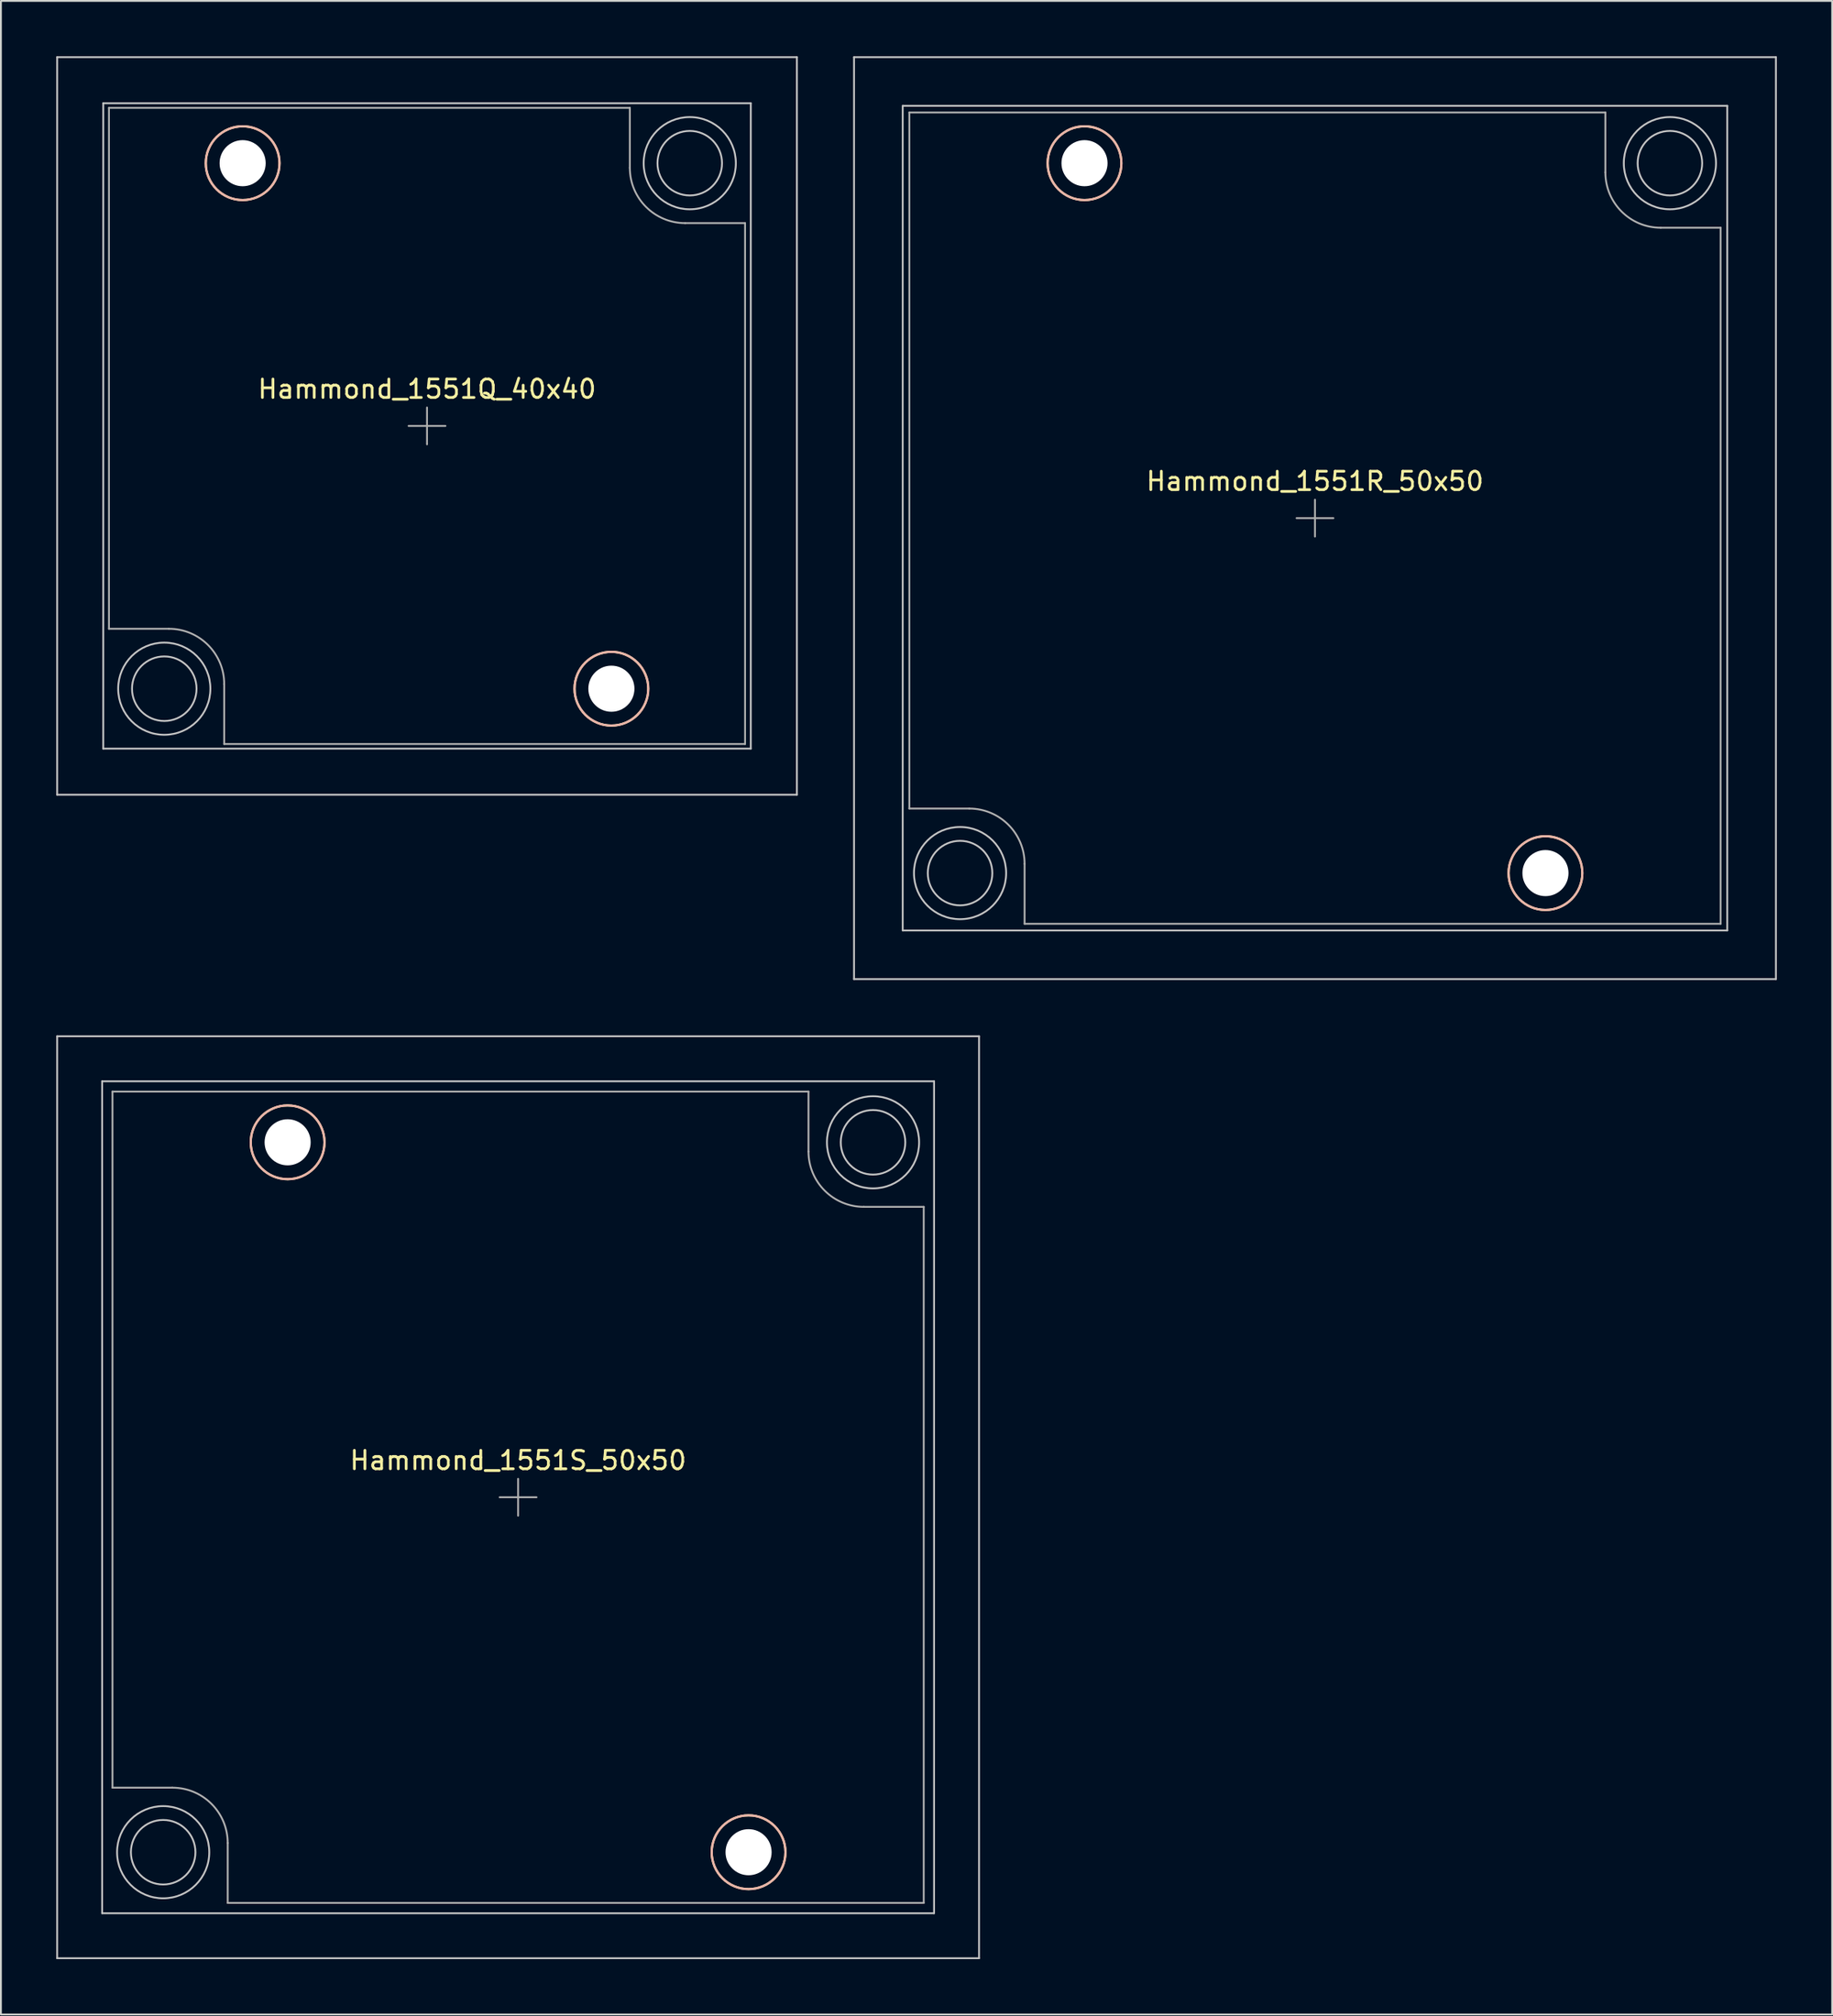
<source format=kicad_pcb>
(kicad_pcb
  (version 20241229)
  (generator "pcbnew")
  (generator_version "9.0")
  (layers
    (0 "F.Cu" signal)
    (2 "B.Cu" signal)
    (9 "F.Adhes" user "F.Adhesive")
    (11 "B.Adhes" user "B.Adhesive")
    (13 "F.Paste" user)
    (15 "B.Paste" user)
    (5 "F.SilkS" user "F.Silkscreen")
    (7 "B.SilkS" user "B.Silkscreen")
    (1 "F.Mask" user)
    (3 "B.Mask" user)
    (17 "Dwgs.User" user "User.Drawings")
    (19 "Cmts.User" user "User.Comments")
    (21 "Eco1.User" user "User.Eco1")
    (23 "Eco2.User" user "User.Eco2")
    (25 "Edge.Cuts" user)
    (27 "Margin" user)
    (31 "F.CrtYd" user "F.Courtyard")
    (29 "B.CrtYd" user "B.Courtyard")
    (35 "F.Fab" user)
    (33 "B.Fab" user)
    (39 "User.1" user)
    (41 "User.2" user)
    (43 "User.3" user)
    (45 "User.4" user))
  (footprint "Hammond_1551Q_40x40"
    (layer "F.Cu")
    (at 20.11 20.05)
    (property "Reference" "Hammond_1551Q_40x40" (at 0 -2 0) (layer "F.SilkS") (effects (font (size 1 1) (thickness 0.15))))
    (attr exclude_from_pos_files exclude_from_bom)
    (fp_circle (center -10 -14.25) (end -8 -14.25) (stroke (width 0.12) (type solid)) (fill no) (layer "F.SilkS"))
    (fp_circle (center 10 14.25) (end 12 14.25) (stroke (width 0.12) (type solid)) (fill no) (layer "F.SilkS"))
    (fp_circle (center -10 -14.25) (end -8 -14.25) (stroke (width 0.12) (type solid)) (fill no) (layer "B.SilkS"))
    (fp_circle (center 10 14.25) (end 12 14.25) (stroke (width 0.12) (type solid)) (fill no) (layer "B.SilkS"))
    (fp_line (start -20.06 -20) (end -20.06 20) (stroke (width 0.1) (type solid)) (layer "Dwgs.User"))
    (fp_line (start -20.06 20) (end 20.06 20) (stroke (width 0.1) (type solid)) (layer "Dwgs.User"))
    (fp_line (start -17.56 -17.5) (end -17.56 17.5) (stroke (width 0.1) (type solid)) (layer "Dwgs.User"))
    (fp_line (start -17.56 17.5) (end 17.56 17.5) (stroke (width 0.1) (type solid)) (layer "Dwgs.User"))
    (fp_line (start 17.56 -17.5) (end -17.56 -17.5) (stroke (width 0.1) (type solid)) (layer "Dwgs.User"))
    (fp_line (start 17.56 17.5) (end 17.56 -17.5) (stroke (width 0.1) (type solid)) (layer "Dwgs.User"))
    (fp_line (start 20.06 -20) (end -20.06 -20) (stroke (width 0.1) (type solid)) (layer "Dwgs.User"))
    (fp_line (start 20.06 20) (end 20.06 -20) (stroke (width 0.1) (type solid)) (layer "Dwgs.User"))
    (fp_circle (center -14.25 14.25) (end -12.5 14.25) (stroke (width 0.1) (type solid)) (fill no) (layer "Dwgs.User"))
    (fp_circle (center -14.25 14.25) (end -11.75 14.25) (stroke (width 0.1) (type solid)) (fill no) (layer "Dwgs.User"))
    (fp_circle (center 14.25 -14.25) (end 16 -14.25) (stroke (width 0.1) (type solid)) (fill no) (layer "Dwgs.User"))
    (fp_circle (center 14.25 -14.25) (end 16.75 -14.25) (stroke (width 0.1) (type solid)) (fill no) (layer "Dwgs.User"))
    (fp_line (start -17.25 -17.25) (end 11 -17.25) (stroke (width 0.1) (type solid)) (layer "F.Fab"))
    (fp_line (start -17.25 11) (end -17.25 -17.25) (stroke (width 0.1) (type solid)) (layer "F.Fab"))
    (fp_line (start -14 11) (end -17.25 11) (stroke (width 0.1) (type solid)) (layer "F.Fab"))
    (fp_line (start -11 17.25) (end -11 14) (stroke (width 0.1) (type solid)) (layer "F.Fab"))
    (fp_line (start -1 0) (end 1 0) (stroke (width 0.1) (type solid)) (layer "F.Fab"))
    (fp_line (start 0 -1) (end 0 1) (stroke (width 0.1) (type solid)) (layer "F.Fab"))
    (fp_line (start 11 -17.25) (end 11 -14) (stroke (width 0.1) (type solid)) (layer "F.Fab"))
    (fp_line (start 14 -11) (end 17.25 -11) (stroke (width 0.1) (type solid)) (layer "F.Fab"))
    (fp_line (start 17.25 -11) (end 17.25 17.25) (stroke (width 0.1) (type solid)) (layer "F.Fab"))
    (fp_line (start 17.25 17.25) (end -11 17.25) (stroke (width 0.1) (type solid)) (layer "F.Fab"))
    (fp_arc (start -14 11) (mid -11.87868 11.87868) (end -11 14) (stroke (width 0.1) (type solid)) (layer "F.Fab"))
    (fp_arc (start 14 -11) (mid 11.87868 -11.87868) (end 11 -14) (stroke (width 0.1) (type solid)) (layer "F.Fab"))
    (pad "" np_thru_hole circle (at -10 -14.25) (size 2.5 2.5) (drill 2.5) (layers "*.Cu" "*.Mask"))
    (pad "" np_thru_hole circle (at 10 14.25) (size 2.5 2.5) (drill 2.5) (layers "*.Cu" "*.Mask")))
  (footprint "Hammond_1551R_50x50"
    (layer "F.Cu")
    (at 68.27 25.05)
    (property "Reference" "Hammond_1551R_50x50" (at 0 -2 0) (layer "F.SilkS") (effects (font (size 1 1) (thickness 0.15))))
    (attr exclude_from_pos_files exclude_from_bom)
    (fp_circle (center -12.5 -19.25) (end -10.5 -19.25) (stroke (width 0.12) (type solid)) (fill no) (layer "F.SilkS"))
    (fp_circle (center 12.5 19.25) (end 14.5 19.25) (stroke (width 0.12) (type solid)) (fill no) (layer "F.SilkS"))
    (fp_circle (center -12.5 -19.25) (end -10.5 -19.25) (stroke (width 0.12) (type solid)) (fill no) (layer "B.SilkS"))
    (fp_circle (center 12.5 19.25) (end 14.5 19.25) (stroke (width 0.12) (type solid)) (fill no) (layer "B.SilkS"))
    (fp_line (start -25 -25) (end -25 25) (stroke (width 0.1) (type solid)) (layer "Dwgs.User"))
    (fp_line (start -25 25) (end 25 25) (stroke (width 0.1) (type solid)) (layer "Dwgs.User"))
    (fp_line (start -22.36 -22.36) (end -22.36 22.36) (stroke (width 0.1) (type solid)) (layer "Dwgs.User"))
    (fp_line (start -22.36 22.36) (end 22.36 22.36) (stroke (width 0.1) (type solid)) (layer "Dwgs.User"))
    (fp_line (start 22.36 -22.36) (end -22.36 -22.36) (stroke (width 0.1) (type solid)) (layer "Dwgs.User"))
    (fp_line (start 22.36 22.36) (end 22.36 -22.36) (stroke (width 0.1) (type solid)) (layer "Dwgs.User"))
    (fp_line (start 25 -25) (end -25 -25) (stroke (width 0.1) (type solid)) (layer "Dwgs.User"))
    (fp_line (start 25 25) (end 25 -25) (stroke (width 0.1) (type solid)) (layer "Dwgs.User"))
    (fp_circle (center -19.25 19.25) (end -17.5 19.25) (stroke (width 0.1) (type solid)) (fill no) (layer "Dwgs.User"))
    (fp_circle (center -19.25 19.25) (end -16.75 19.25) (stroke (width 0.1) (type solid)) (fill no) (layer "Dwgs.User"))
    (fp_circle (center 19.25 -19.25) (end 21 -19.25) (stroke (width 0.1) (type solid)) (fill no) (layer "Dwgs.User"))
    (fp_circle (center 19.25 -19.25) (end 21.75 -19.25) (stroke (width 0.1) (type solid)) (fill no) (layer "Dwgs.User"))
    (fp_line (start -22 -22) (end 15.75 -22) (stroke (width 0.1) (type solid)) (layer "F.Fab"))
    (fp_line (start -22 15.75) (end -22 -22) (stroke (width 0.1) (type solid)) (layer "F.Fab"))
    (fp_line (start -18.75 15.75) (end -22 15.75) (stroke (width 0.1) (type solid)) (layer "F.Fab"))
    (fp_line (start -15.75 22) (end -15.75 18.75) (stroke (width 0.1) (type solid)) (layer "F.Fab"))
    (fp_line (start -1 0) (end 1 0) (stroke (width 0.1) (type solid)) (layer "F.Fab"))
    (fp_line (start 0 -1) (end 0 1) (stroke (width 0.1) (type solid)) (layer "F.Fab"))
    (fp_line (start 15.75 -22) (end 15.75 -18.75) (stroke (width 0.1) (type solid)) (layer "F.Fab"))
    (fp_line (start 18.75 -15.75) (end 22 -15.75) (stroke (width 0.1) (type solid)) (layer "F.Fab"))
    (fp_line (start 22 -15.75) (end 22 22) (stroke (width 0.1) (type solid)) (layer "F.Fab"))
    (fp_line (start 22 22) (end -15.75 22) (stroke (width 0.1) (type solid)) (layer "F.Fab"))
    (fp_arc (start -18.75 15.75) (mid -16.62868 16.62868) (end -15.75 18.75) (stroke (width 0.1) (type solid)) (layer "F.Fab"))
    (fp_arc (start 18.75 -15.75) (mid 16.62868 -16.62868) (end 15.75 -18.75) (stroke (width 0.1) (type solid)) (layer "F.Fab"))
    (pad "" np_thru_hole circle (at -12.5 -19.25) (size 2.5 2.5) (drill 2.5) (layers "*.Cu" "*.Mask"))
    (pad "" np_thru_hole circle (at 12.5 19.25) (size 2.5 2.5) (drill 2.5) (layers "*.Cu" "*.Mask")))
  (footprint "Hammond_1551S_50x50"
    (layer "F.Cu")
    (at 25.05 78.15)
    (property "Reference" "Hammond_1551S_50x50" (at 0 -2 0) (layer "F.SilkS") (effects (font (size 1 1) (thickness 0.15))))
    (attr exclude_from_pos_files exclude_from_bom)
    (fp_circle (center -12.5 -19.25) (end -10.5 -19.25) (stroke (width 0.12) (type solid)) (fill no) (layer "F.SilkS"))
    (fp_circle (center 12.5 19.25) (end 14.5 19.25) (stroke (width 0.12) (type solid)) (fill no) (layer "F.SilkS"))
    (fp_circle (center -12.5 -19.25) (end -10.5 -19.25) (stroke (width 0.12) (type solid)) (fill no) (layer "B.SilkS"))
    (fp_circle (center 12.5 19.25) (end 14.5 19.25) (stroke (width 0.12) (type solid)) (fill no) (layer "B.SilkS"))
    (fp_line (start -25 -25) (end -25 25) (stroke (width 0.1) (type solid)) (layer "Dwgs.User"))
    (fp_line (start -25 25) (end 25 25) (stroke (width 0.1) (type solid)) (layer "Dwgs.User"))
    (fp_line (start -22.56 -22.56) (end -22.56 22.56) (stroke (width 0.1) (type solid)) (layer "Dwgs.User"))
    (fp_line (start -22.56 22.56) (end 22.56 22.56) (stroke (width 0.1) (type solid)) (layer "Dwgs.User"))
    (fp_line (start 22.56 -22.56) (end -22.56 -22.56) (stroke (width 0.1) (type solid)) (layer "Dwgs.User"))
    (fp_line (start 22.56 22.56) (end 22.56 -22.56) (stroke (width 0.1) (type solid)) (layer "Dwgs.User"))
    (fp_line (start 25 -25) (end -25 -25) (stroke (width 0.1) (type solid)) (layer "Dwgs.User"))
    (fp_line (start 25 25) (end 25 -25) (stroke (width 0.1) (type solid)) (layer "Dwgs.User"))
    (fp_circle (center -19.25 19.25) (end -17.5 19.25) (stroke (width 0.1) (type solid)) (fill no) (layer "Dwgs.User"))
    (fp_circle (center -19.25 19.25) (end -16.75 19.25) (stroke (width 0.1) (type solid)) (fill no) (layer "Dwgs.User"))
    (fp_circle (center 19.25 -19.25) (end 21 -19.25) (stroke (width 0.1) (type solid)) (fill no) (layer "Dwgs.User"))
    (fp_circle (center 19.25 -19.25) (end 21.75 -19.25) (stroke (width 0.1) (type solid)) (fill no) (layer "Dwgs.User"))
    (fp_line (start -22 -22) (end 15.75 -22) (stroke (width 0.1) (type solid)) (layer "F.Fab"))
    (fp_line (start -22 15.75) (end -22 -22) (stroke (width 0.1) (type solid)) (layer "F.Fab"))
    (fp_line (start -18.75 15.75) (end -22 15.75) (stroke (width 0.1) (type solid)) (layer "F.Fab"))
    (fp_line (start -15.75 22) (end -15.75 18.75) (stroke (width 0.1) (type solid)) (layer "F.Fab"))
    (fp_line (start -1 0) (end 1 0) (stroke (width 0.1) (type solid)) (layer "F.Fab"))
    (fp_line (start 0 -1) (end 0 1) (stroke (width 0.1) (type solid)) (layer "F.Fab"))
    (fp_line (start 15.75 -22) (end 15.75 -18.75) (stroke (width 0.1) (type solid)) (layer "F.Fab"))
    (fp_line (start 18.75 -15.75) (end 22 -15.75) (stroke (width 0.1) (type solid)) (layer "F.Fab"))
    (fp_line (start 22 -15.75) (end 22 22) (stroke (width 0.1) (type solid)) (layer "F.Fab"))
    (fp_line (start 22 22) (end -15.75 22) (stroke (width 0.1) (type solid)) (layer "F.Fab"))
    (fp_arc (start -18.75 15.75) (mid -16.62868 16.62868) (end -15.75 18.75) (stroke (width 0.1) (type solid)) (layer "F.Fab"))
    (fp_arc (start 18.75 -15.75) (mid 16.62868 -16.62868) (end 15.75 -18.75) (stroke (width 0.1) (type solid)) (layer "F.Fab"))
    (pad "" np_thru_hole circle (at -12.5 -19.25) (size 2.5 2.5) (drill 2.5) (layers "*.Cu" "*.Mask"))
    (pad "" np_thru_hole circle (at 12.5 19.25) (size 2.5 2.5) (drill 2.5) (layers "*.Cu" "*.Mask")))
  (gr_rect
    (start -3 -3)
    (end 96.32 106.2)
    (stroke (width 0.1) (type default))
    (fill no)
    (layer "Edge.Cuts")))
</source>
